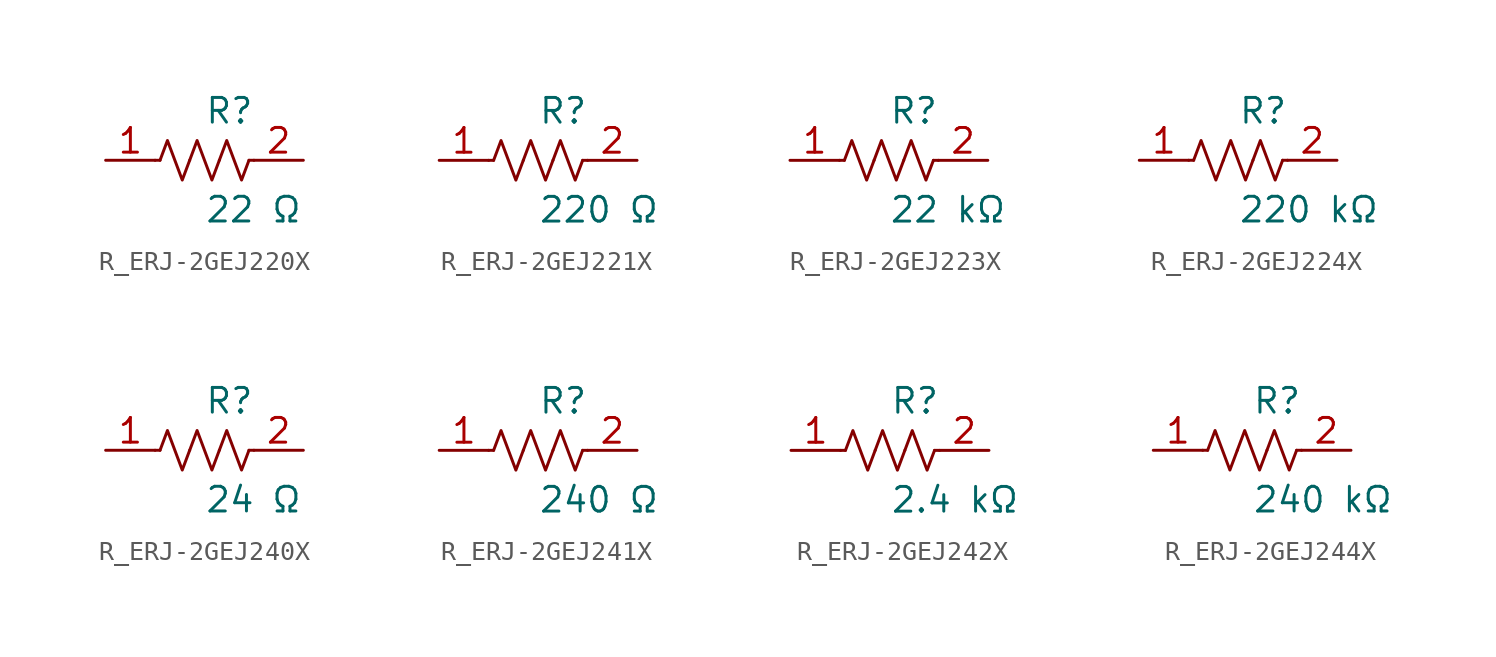
<source format=kicad_sym>
(kicad_symbol_lib
  (version 20231120)
  (generator kicad_symbol_editor)
  (generator_version 8.0)
  (symbol "R_ERJ-2GEJ220X"
    (pin_names
      (offset 0.254))
    (property "Reference" "R"
      (at 0.0 2.54 0)
      (effects (font (size 1.27 1.27)) (justify left)))
    (property "Value" "22 Ω"
      (at 0.0 -2.54 0)
      (effects (font (size 1.27 1.27)) (justify left)))
    (symbol "R_ERJ-2GEJ220X_0_1"
      (polyline (pts (xy 2.286 0) (xy 2.54 0)) (stroke (width 0) (type default)) (fill (type none)))
      (polyline (pts (xy -2.286 0) (xy -2.54 0)) (stroke (width 0) (type default)) (fill (type none)))
      (polyline (pts (xy 0.762 0) (xy 1.143 1.016) (xy 1.524 0) (xy 1.905 -1.016) (xy 2.286 0)) (stroke (width 0) (type default)) (fill (type none)))
      (polyline (pts (xy -0.762 0) (xy -0.381 1.016) (xy 0 0) (xy 0.381 -1.016) (xy 0.762 0)) (stroke (width 0) (type default)) (fill (type none)))
      (polyline (pts (xy -2.286 0) (xy -1.905 1.016) (xy -1.524 0) (xy -1.143 -1.016) (xy -0.762 0)) (stroke (width 0) (type default)) (fill (type none))))
    (pin unspecified line
      (at -5.08 0 0)
      (length 2.54)
      (name "" (effects (font (size 1.27 1.27))))
      (number "1" (effects (font (size 1.27 1.27)))))
    (pin unspecified line
      (at 5.08 0 180)
      (length 2.54)
      (name "" (effects (font (size 1.27 1.27))))
      (number "2" (effects (font (size 1.27 1.27))))))
  (symbol "R_ERJ-2GEJ221X"
    (pin_names
      (offset 0.254))
    (property "Reference" "R"
      (at 0.0 2.54 0)
      (effects (font (size 1.27 1.27)) (justify left)))
    (property "Value" "220 Ω"
      (at 0.0 -2.54 0)
      (effects (font (size 1.27 1.27)) (justify left)))
    (symbol "R_ERJ-2GEJ221X_0_1"
      (polyline (pts (xy 2.286 0) (xy 2.54 0)) (stroke (width 0) (type default)) (fill (type none)))
      (polyline (pts (xy -2.286 0) (xy -2.54 0)) (stroke (width 0) (type default)) (fill (type none)))
      (polyline (pts (xy 0.762 0) (xy 1.143 1.016) (xy 1.524 0) (xy 1.905 -1.016) (xy 2.286 0)) (stroke (width 0) (type default)) (fill (type none)))
      (polyline (pts (xy -0.762 0) (xy -0.381 1.016) (xy 0 0) (xy 0.381 -1.016) (xy 0.762 0)) (stroke (width 0) (type default)) (fill (type none)))
      (polyline (pts (xy -2.286 0) (xy -1.905 1.016) (xy -1.524 0) (xy -1.143 -1.016) (xy -0.762 0)) (stroke (width 0) (type default)) (fill (type none))))
    (pin unspecified line
      (at -5.08 0 0)
      (length 2.54)
      (name "" (effects (font (size 1.27 1.27))))
      (number "1" (effects (font (size 1.27 1.27)))))
    (pin unspecified line
      (at 5.08 0 180)
      (length 2.54)
      (name "" (effects (font (size 1.27 1.27))))
      (number "2" (effects (font (size 1.27 1.27))))))
  (symbol "R_ERJ-2GEJ223X"
    (pin_names
      (offset 0.254))
    (property "Reference" "R"
      (at 0.0 2.54 0)
      (effects (font (size 1.27 1.27)) (justify left)))
    (property "Value" "22 kΩ"
      (at 0.0 -2.54 0)
      (effects (font (size 1.27 1.27)) (justify left)))
    (symbol "R_ERJ-2GEJ223X_0_1"
      (polyline (pts (xy 2.286 0) (xy 2.54 0)) (stroke (width 0) (type default)) (fill (type none)))
      (polyline (pts (xy -2.286 0) (xy -2.54 0)) (stroke (width 0) (type default)) (fill (type none)))
      (polyline (pts (xy 0.762 0) (xy 1.143 1.016) (xy 1.524 0) (xy 1.905 -1.016) (xy 2.286 0)) (stroke (width 0) (type default)) (fill (type none)))
      (polyline (pts (xy -0.762 0) (xy -0.381 1.016) (xy 0 0) (xy 0.381 -1.016) (xy 0.762 0)) (stroke (width 0) (type default)) (fill (type none)))
      (polyline (pts (xy -2.286 0) (xy -1.905 1.016) (xy -1.524 0) (xy -1.143 -1.016) (xy -0.762 0)) (stroke (width 0) (type default)) (fill (type none))))
    (pin unspecified line
      (at -5.08 0 0)
      (length 2.54)
      (name "" (effects (font (size 1.27 1.27))))
      (number "1" (effects (font (size 1.27 1.27)))))
    (pin unspecified line
      (at 5.08 0 180)
      (length 2.54)
      (name "" (effects (font (size 1.27 1.27))))
      (number "2" (effects (font (size 1.27 1.27))))))
  (symbol "R_ERJ-2GEJ224X"
    (pin_names
      (offset 0.254))
    (property "Reference" "R"
      (at 0.0 2.54 0)
      (effects (font (size 1.27 1.27)) (justify left)))
    (property "Value" "220 kΩ"
      (at 0.0 -2.54 0)
      (effects (font (size 1.27 1.27)) (justify left)))
    (symbol "R_ERJ-2GEJ224X_0_1"
      (polyline (pts (xy 2.286 0) (xy 2.54 0)) (stroke (width 0) (type default)) (fill (type none)))
      (polyline (pts (xy -2.286 0) (xy -2.54 0)) (stroke (width 0) (type default)) (fill (type none)))
      (polyline (pts (xy 0.762 0) (xy 1.143 1.016) (xy 1.524 0) (xy 1.905 -1.016) (xy 2.286 0)) (stroke (width 0) (type default)) (fill (type none)))
      (polyline (pts (xy -0.762 0) (xy -0.381 1.016) (xy 0 0) (xy 0.381 -1.016) (xy 0.762 0)) (stroke (width 0) (type default)) (fill (type none)))
      (polyline (pts (xy -2.286 0) (xy -1.905 1.016) (xy -1.524 0) (xy -1.143 -1.016) (xy -0.762 0)) (stroke (width 0) (type default)) (fill (type none))))
    (pin unspecified line
      (at -5.08 0 0)
      (length 2.54)
      (name "" (effects (font (size 1.27 1.27))))
      (number "1" (effects (font (size 1.27 1.27)))))
    (pin unspecified line
      (at 5.08 0 180)
      (length 2.54)
      (name "" (effects (font (size 1.27 1.27))))
      (number "2" (effects (font (size 1.27 1.27))))))
  (symbol "R_ERJ-2GEJ240X"
    (pin_names
      (offset 0.254))
    (property "Reference" "R"
      (at 0.0 2.54 0)
      (effects (font (size 1.27 1.27)) (justify left)))
    (property "Value" "24 Ω"
      (at 0.0 -2.54 0)
      (effects (font (size 1.27 1.27)) (justify left)))
    (symbol "R_ERJ-2GEJ240X_0_1"
      (polyline (pts (xy 2.286 0) (xy 2.54 0)) (stroke (width 0) (type default)) (fill (type none)))
      (polyline (pts (xy -2.286 0) (xy -2.54 0)) (stroke (width 0) (type default)) (fill (type none)))
      (polyline (pts (xy 0.762 0) (xy 1.143 1.016) (xy 1.524 0) (xy 1.905 -1.016) (xy 2.286 0)) (stroke (width 0) (type default)) (fill (type none)))
      (polyline (pts (xy -0.762 0) (xy -0.381 1.016) (xy 0 0) (xy 0.381 -1.016) (xy 0.762 0)) (stroke (width 0) (type default)) (fill (type none)))
      (polyline (pts (xy -2.286 0) (xy -1.905 1.016) (xy -1.524 0) (xy -1.143 -1.016) (xy -0.762 0)) (stroke (width 0) (type default)) (fill (type none))))
    (pin unspecified line
      (at -5.08 0 0)
      (length 2.54)
      (name "" (effects (font (size 1.27 1.27))))
      (number "1" (effects (font (size 1.27 1.27)))))
    (pin unspecified line
      (at 5.08 0 180)
      (length 2.54)
      (name "" (effects (font (size 1.27 1.27))))
      (number "2" (effects (font (size 1.27 1.27))))))
  (symbol "R_ERJ-2GEJ241X"
    (pin_names
      (offset 0.254))
    (property "Reference" "R"
      (at 0.0 2.54 0)
      (effects (font (size 1.27 1.27)) (justify left)))
    (property "Value" "240 Ω"
      (at 0.0 -2.54 0)
      (effects (font (size 1.27 1.27)) (justify left)))
    (symbol "R_ERJ-2GEJ241X_0_1"
      (polyline (pts (xy 2.286 0) (xy 2.54 0)) (stroke (width 0) (type default)) (fill (type none)))
      (polyline (pts (xy -2.286 0) (xy -2.54 0)) (stroke (width 0) (type default)) (fill (type none)))
      (polyline (pts (xy 0.762 0) (xy 1.143 1.016) (xy 1.524 0) (xy 1.905 -1.016) (xy 2.286 0)) (stroke (width 0) (type default)) (fill (type none)))
      (polyline (pts (xy -0.762 0) (xy -0.381 1.016) (xy 0 0) (xy 0.381 -1.016) (xy 0.762 0)) (stroke (width 0) (type default)) (fill (type none)))
      (polyline (pts (xy -2.286 0) (xy -1.905 1.016) (xy -1.524 0) (xy -1.143 -1.016) (xy -0.762 0)) (stroke (width 0) (type default)) (fill (type none))))
    (pin unspecified line
      (at -5.08 0 0)
      (length 2.54)
      (name "" (effects (font (size 1.27 1.27))))
      (number "1" (effects (font (size 1.27 1.27)))))
    (pin unspecified line
      (at 5.08 0 180)
      (length 2.54)
      (name "" (effects (font (size 1.27 1.27))))
      (number "2" (effects (font (size 1.27 1.27))))))
  (symbol "R_ERJ-2GEJ242X"
    (pin_names
      (offset 0.254))
    (property "Reference" "R"
      (at 0.0 2.54 0)
      (effects (font (size 1.27 1.27)) (justify left)))
    (property "Value" "2.4 kΩ"
      (at 0.0 -2.54 0)
      (effects (font (size 1.27 1.27)) (justify left)))
    (symbol "R_ERJ-2GEJ242X_0_1"
      (polyline (pts (xy 2.286 0) (xy 2.54 0)) (stroke (width 0) (type default)) (fill (type none)))
      (polyline (pts (xy -2.286 0) (xy -2.54 0)) (stroke (width 0) (type default)) (fill (type none)))
      (polyline (pts (xy 0.762 0) (xy 1.143 1.016) (xy 1.524 0) (xy 1.905 -1.016) (xy 2.286 0)) (stroke (width 0) (type default)) (fill (type none)))
      (polyline (pts (xy -0.762 0) (xy -0.381 1.016) (xy 0 0) (xy 0.381 -1.016) (xy 0.762 0)) (stroke (width 0) (type default)) (fill (type none)))
      (polyline (pts (xy -2.286 0) (xy -1.905 1.016) (xy -1.524 0) (xy -1.143 -1.016) (xy -0.762 0)) (stroke (width 0) (type default)) (fill (type none))))
    (pin unspecified line
      (at -5.08 0 0)
      (length 2.54)
      (name "" (effects (font (size 1.27 1.27))))
      (number "1" (effects (font (size 1.27 1.27)))))
    (pin unspecified line
      (at 5.08 0 180)
      (length 2.54)
      (name "" (effects (font (size 1.27 1.27))))
      (number "2" (effects (font (size 1.27 1.27))))))
  (symbol "R_ERJ-2GEJ244X"
    (pin_names
      (offset 0.254))
    (property "Reference" "R"
      (at 0.0 2.54 0)
      (effects (font (size 1.27 1.27)) (justify left)))
    (property "Value" "240 kΩ"
      (at 0.0 -2.54 0)
      (effects (font (size 1.27 1.27)) (justify left)))
    (symbol "R_ERJ-2GEJ244X_0_1"
      (polyline (pts (xy 2.286 0) (xy 2.54 0)) (stroke (width 0) (type default)) (fill (type none)))
      (polyline (pts (xy -2.286 0) (xy -2.54 0)) (stroke (width 0) (type default)) (fill (type none)))
      (polyline (pts (xy 0.762 0) (xy 1.143 1.016) (xy 1.524 0) (xy 1.905 -1.016) (xy 2.286 0)) (stroke (width 0) (type default)) (fill (type none)))
      (polyline (pts (xy -0.762 0) (xy -0.381 1.016) (xy 0 0) (xy 0.381 -1.016) (xy 0.762 0)) (stroke (width 0) (type default)) (fill (type none)))
      (polyline (pts (xy -2.286 0) (xy -1.905 1.016) (xy -1.524 0) (xy -1.143 -1.016) (xy -0.762 0)) (stroke (width 0) (type default)) (fill (type none))))
    (pin unspecified line
      (at -5.08 0 0)
      (length 2.54)
      (name "" (effects (font (size 1.27 1.27))))
      (number "1" (effects (font (size 1.27 1.27)))))
    (pin unspecified line
      (at 5.08 0 180)
      (length 2.54)
      (name "" (effects (font (size 1.27 1.27))))
      (number "2" (effects (font (size 1.27 1.27)))))))
</source>
